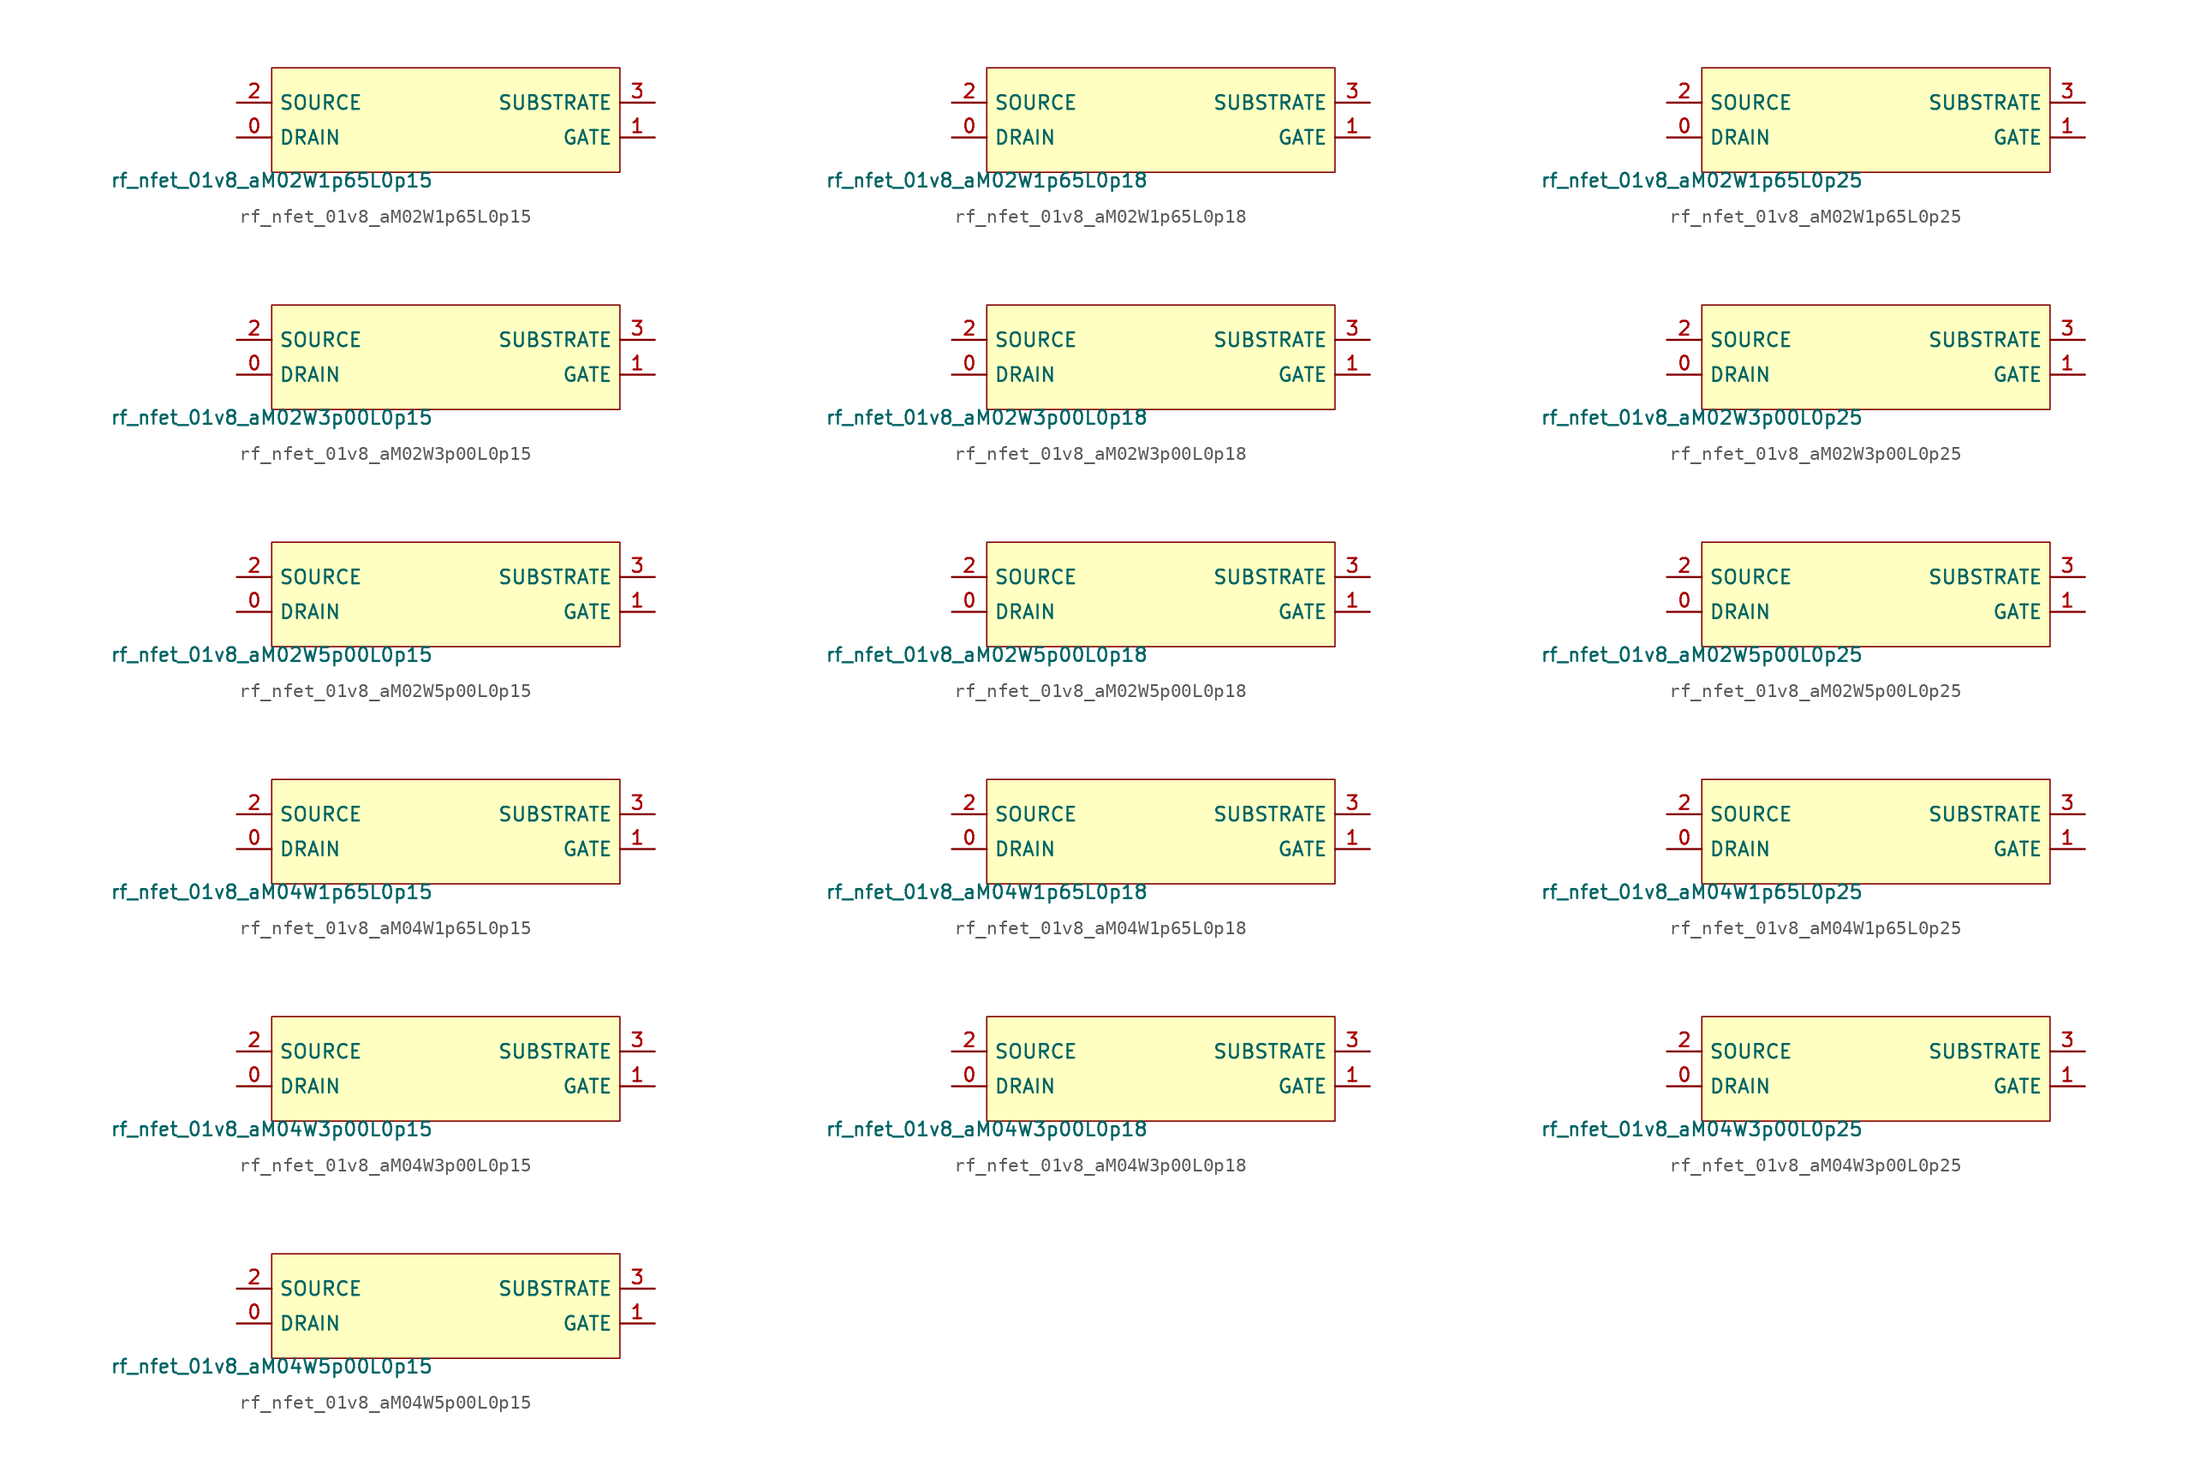
<source format=kicad_sym>
(kicad_symbol_lib
  (version 20211014)
  (generator pdk2kicad)
  (symbol "rf_nfet_01v8_aM02W1p65L0p15"
    (property "Reference" "X"
      (at 0 0 0)
      (effects (font (size 1 1)) hide))
    (property "Value" "rf_nfet_01v8_aM02W1p65L0p15"
      (at -12.7 -3.81 0)
      (effects (font (size 1 1)) (justify top)))
    (rectangle
      (start -12.7 -3.81)
      (end 12.7 3.81)
      (stroke (width 0.1) (type solid) (color 0 0 0 0))
      (fill (type background)))
    (pin bidirectional line
      (at -15.24 -1.27 0)
      (length 2.54)
      (name "DRAIN" (effects (font (size 1 1)) hide))
      (number "0" (effects (font (size 1 1)) hide)))
    (pin bidirectional line
      (at 15.24 -1.27 180)
      (length 2.54)
      (name "GATE" (effects (font (size 1 1)) hide))
      (number "1" (effects (font (size 1 1)) hide)))
    (pin bidirectional line
      (at -15.24 1.27 0)
      (length 2.54)
      (name "SOURCE" (effects (font (size 1 1)) hide))
      (number "2" (effects (font (size 1 1)) hide)))
    (pin bidirectional line
      (at 15.24 1.27 180)
      (length 2.54)
      (name "SUBSTRATE" (effects (font (size 1 1)) hide))
      (number "3" (effects (font (size 1 1)) hide))))
  (symbol "rf_nfet_01v8_aM02W1p65L0p18"
    (property "Reference" "X"
      (at 0 0 0)
      (effects (font (size 1 1)) hide))
    (property "Value" "rf_nfet_01v8_aM02W1p65L0p18"
      (at -12.7 -3.81 0)
      (effects (font (size 1 1)) (justify top)))
    (rectangle
      (start -12.7 -3.81)
      (end 12.7 3.81)
      (stroke (width 0.1) (type solid) (color 0 0 0 0))
      (fill (type background)))
    (pin bidirectional line
      (at -15.24 -1.27 0)
      (length 2.54)
      (name "DRAIN" (effects (font (size 1 1)) hide))
      (number "0" (effects (font (size 1 1)) hide)))
    (pin bidirectional line
      (at 15.24 -1.27 180)
      (length 2.54)
      (name "GATE" (effects (font (size 1 1)) hide))
      (number "1" (effects (font (size 1 1)) hide)))
    (pin bidirectional line
      (at -15.24 1.27 0)
      (length 2.54)
      (name "SOURCE" (effects (font (size 1 1)) hide))
      (number "2" (effects (font (size 1 1)) hide)))
    (pin bidirectional line
      (at 15.24 1.27 180)
      (length 2.54)
      (name "SUBSTRATE" (effects (font (size 1 1)) hide))
      (number "3" (effects (font (size 1 1)) hide))))
  (symbol "rf_nfet_01v8_aM02W1p65L0p25"
    (property "Reference" "X"
      (at 0 0 0)
      (effects (font (size 1 1)) hide))
    (property "Value" "rf_nfet_01v8_aM02W1p65L0p25"
      (at -12.7 -3.81 0)
      (effects (font (size 1 1)) (justify top)))
    (rectangle
      (start -12.7 -3.81)
      (end 12.7 3.81)
      (stroke (width 0.1) (type solid) (color 0 0 0 0))
      (fill (type background)))
    (pin bidirectional line
      (at -15.24 -1.27 0)
      (length 2.54)
      (name "DRAIN" (effects (font (size 1 1)) hide))
      (number "0" (effects (font (size 1 1)) hide)))
    (pin bidirectional line
      (at 15.24 -1.27 180)
      (length 2.54)
      (name "GATE" (effects (font (size 1 1)) hide))
      (number "1" (effects (font (size 1 1)) hide)))
    (pin bidirectional line
      (at -15.24 1.27 0)
      (length 2.54)
      (name "SOURCE" (effects (font (size 1 1)) hide))
      (number "2" (effects (font (size 1 1)) hide)))
    (pin bidirectional line
      (at 15.24 1.27 180)
      (length 2.54)
      (name "SUBSTRATE" (effects (font (size 1 1)) hide))
      (number "3" (effects (font (size 1 1)) hide))))
  (symbol "rf_nfet_01v8_aM02W3p00L0p15"
    (property "Reference" "X"
      (at 0 0 0)
      (effects (font (size 1 1)) hide))
    (property "Value" "rf_nfet_01v8_aM02W3p00L0p15"
      (at -12.7 -3.81 0)
      (effects (font (size 1 1)) (justify top)))
    (rectangle
      (start -12.7 -3.81)
      (end 12.7 3.81)
      (stroke (width 0.1) (type solid) (color 0 0 0 0))
      (fill (type background)))
    (pin bidirectional line
      (at -15.24 -1.27 0)
      (length 2.54)
      (name "DRAIN" (effects (font (size 1 1)) hide))
      (number "0" (effects (font (size 1 1)) hide)))
    (pin bidirectional line
      (at 15.24 -1.27 180)
      (length 2.54)
      (name "GATE" (effects (font (size 1 1)) hide))
      (number "1" (effects (font (size 1 1)) hide)))
    (pin bidirectional line
      (at -15.24 1.27 0)
      (length 2.54)
      (name "SOURCE" (effects (font (size 1 1)) hide))
      (number "2" (effects (font (size 1 1)) hide)))
    (pin bidirectional line
      (at 15.24 1.27 180)
      (length 2.54)
      (name "SUBSTRATE" (effects (font (size 1 1)) hide))
      (number "3" (effects (font (size 1 1)) hide))))
  (symbol "rf_nfet_01v8_aM02W3p00L0p18"
    (property "Reference" "X"
      (at 0 0 0)
      (effects (font (size 1 1)) hide))
    (property "Value" "rf_nfet_01v8_aM02W3p00L0p18"
      (at -12.7 -3.81 0)
      (effects (font (size 1 1)) (justify top)))
    (rectangle
      (start -12.7 -3.81)
      (end 12.7 3.81)
      (stroke (width 0.1) (type solid) (color 0 0 0 0))
      (fill (type background)))
    (pin bidirectional line
      (at -15.24 -1.27 0)
      (length 2.54)
      (name "DRAIN" (effects (font (size 1 1)) hide))
      (number "0" (effects (font (size 1 1)) hide)))
    (pin bidirectional line
      (at 15.24 -1.27 180)
      (length 2.54)
      (name "GATE" (effects (font (size 1 1)) hide))
      (number "1" (effects (font (size 1 1)) hide)))
    (pin bidirectional line
      (at -15.24 1.27 0)
      (length 2.54)
      (name "SOURCE" (effects (font (size 1 1)) hide))
      (number "2" (effects (font (size 1 1)) hide)))
    (pin bidirectional line
      (at 15.24 1.27 180)
      (length 2.54)
      (name "SUBSTRATE" (effects (font (size 1 1)) hide))
      (number "3" (effects (font (size 1 1)) hide))))
  (symbol "rf_nfet_01v8_aM02W3p00L0p25"
    (property "Reference" "X"
      (at 0 0 0)
      (effects (font (size 1 1)) hide))
    (property "Value" "rf_nfet_01v8_aM02W3p00L0p25"
      (at -12.7 -3.81 0)
      (effects (font (size 1 1)) (justify top)))
    (rectangle
      (start -12.7 -3.81)
      (end 12.7 3.81)
      (stroke (width 0.1) (type solid) (color 0 0 0 0))
      (fill (type background)))
    (pin bidirectional line
      (at -15.24 -1.27 0)
      (length 2.54)
      (name "DRAIN" (effects (font (size 1 1)) hide))
      (number "0" (effects (font (size 1 1)) hide)))
    (pin bidirectional line
      (at 15.24 -1.27 180)
      (length 2.54)
      (name "GATE" (effects (font (size 1 1)) hide))
      (number "1" (effects (font (size 1 1)) hide)))
    (pin bidirectional line
      (at -15.24 1.27 0)
      (length 2.54)
      (name "SOURCE" (effects (font (size 1 1)) hide))
      (number "2" (effects (font (size 1 1)) hide)))
    (pin bidirectional line
      (at 15.24 1.27 180)
      (length 2.54)
      (name "SUBSTRATE" (effects (font (size 1 1)) hide))
      (number "3" (effects (font (size 1 1)) hide))))
  (symbol "rf_nfet_01v8_aM02W5p00L0p15"
    (property "Reference" "X"
      (at 0 0 0)
      (effects (font (size 1 1)) hide))
    (property "Value" "rf_nfet_01v8_aM02W5p00L0p15"
      (at -12.7 -3.81 0)
      (effects (font (size 1 1)) (justify top)))
    (rectangle
      (start -12.7 -3.81)
      (end 12.7 3.81)
      (stroke (width 0.1) (type solid) (color 0 0 0 0))
      (fill (type background)))
    (pin bidirectional line
      (at -15.24 -1.27 0)
      (length 2.54)
      (name "DRAIN" (effects (font (size 1 1)) hide))
      (number "0" (effects (font (size 1 1)) hide)))
    (pin bidirectional line
      (at 15.24 -1.27 180)
      (length 2.54)
      (name "GATE" (effects (font (size 1 1)) hide))
      (number "1" (effects (font (size 1 1)) hide)))
    (pin bidirectional line
      (at -15.24 1.27 0)
      (length 2.54)
      (name "SOURCE" (effects (font (size 1 1)) hide))
      (number "2" (effects (font (size 1 1)) hide)))
    (pin bidirectional line
      (at 15.24 1.27 180)
      (length 2.54)
      (name "SUBSTRATE" (effects (font (size 1 1)) hide))
      (number "3" (effects (font (size 1 1)) hide))))
  (symbol "rf_nfet_01v8_aM02W5p00L0p18"
    (property "Reference" "X"
      (at 0 0 0)
      (effects (font (size 1 1)) hide))
    (property "Value" "rf_nfet_01v8_aM02W5p00L0p18"
      (at -12.7 -3.81 0)
      (effects (font (size 1 1)) (justify top)))
    (rectangle
      (start -12.7 -3.81)
      (end 12.7 3.81)
      (stroke (width 0.1) (type solid) (color 0 0 0 0))
      (fill (type background)))
    (pin bidirectional line
      (at -15.24 -1.27 0)
      (length 2.54)
      (name "DRAIN" (effects (font (size 1 1)) hide))
      (number "0" (effects (font (size 1 1)) hide)))
    (pin bidirectional line
      (at 15.24 -1.27 180)
      (length 2.54)
      (name "GATE" (effects (font (size 1 1)) hide))
      (number "1" (effects (font (size 1 1)) hide)))
    (pin bidirectional line
      (at -15.24 1.27 0)
      (length 2.54)
      (name "SOURCE" (effects (font (size 1 1)) hide))
      (number "2" (effects (font (size 1 1)) hide)))
    (pin bidirectional line
      (at 15.24 1.27 180)
      (length 2.54)
      (name "SUBSTRATE" (effects (font (size 1 1)) hide))
      (number "3" (effects (font (size 1 1)) hide))))
  (symbol "rf_nfet_01v8_aM02W5p00L0p25"
    (property "Reference" "X"
      (at 0 0 0)
      (effects (font (size 1 1)) hide))
    (property "Value" "rf_nfet_01v8_aM02W5p00L0p25"
      (at -12.7 -3.81 0)
      (effects (font (size 1 1)) (justify top)))
    (rectangle
      (start -12.7 -3.81)
      (end 12.7 3.81)
      (stroke (width 0.1) (type solid) (color 0 0 0 0))
      (fill (type background)))
    (pin bidirectional line
      (at -15.24 -1.27 0)
      (length 2.54)
      (name "DRAIN" (effects (font (size 1 1)) hide))
      (number "0" (effects (font (size 1 1)) hide)))
    (pin bidirectional line
      (at 15.24 -1.27 180)
      (length 2.54)
      (name "GATE" (effects (font (size 1 1)) hide))
      (number "1" (effects (font (size 1 1)) hide)))
    (pin bidirectional line
      (at -15.24 1.27 0)
      (length 2.54)
      (name "SOURCE" (effects (font (size 1 1)) hide))
      (number "2" (effects (font (size 1 1)) hide)))
    (pin bidirectional line
      (at 15.24 1.27 180)
      (length 2.54)
      (name "SUBSTRATE" (effects (font (size 1 1)) hide))
      (number "3" (effects (font (size 1 1)) hide))))
  (symbol "rf_nfet_01v8_aM04W1p65L0p15"
    (property "Reference" "X"
      (at 0 0 0)
      (effects (font (size 1 1)) hide))
    (property "Value" "rf_nfet_01v8_aM04W1p65L0p15"
      (at -12.7 -3.81 0)
      (effects (font (size 1 1)) (justify top)))
    (rectangle
      (start -12.7 -3.81)
      (end 12.7 3.81)
      (stroke (width 0.1) (type solid) (color 0 0 0 0))
      (fill (type background)))
    (pin bidirectional line
      (at -15.24 -1.27 0)
      (length 2.54)
      (name "DRAIN" (effects (font (size 1 1)) hide))
      (number "0" (effects (font (size 1 1)) hide)))
    (pin bidirectional line
      (at 15.24 -1.27 180)
      (length 2.54)
      (name "GATE" (effects (font (size 1 1)) hide))
      (number "1" (effects (font (size 1 1)) hide)))
    (pin bidirectional line
      (at -15.24 1.27 0)
      (length 2.54)
      (name "SOURCE" (effects (font (size 1 1)) hide))
      (number "2" (effects (font (size 1 1)) hide)))
    (pin bidirectional line
      (at 15.24 1.27 180)
      (length 2.54)
      (name "SUBSTRATE" (effects (font (size 1 1)) hide))
      (number "3" (effects (font (size 1 1)) hide))))
  (symbol "rf_nfet_01v8_aM04W1p65L0p18"
    (property "Reference" "X"
      (at 0 0 0)
      (effects (font (size 1 1)) hide))
    (property "Value" "rf_nfet_01v8_aM04W1p65L0p18"
      (at -12.7 -3.81 0)
      (effects (font (size 1 1)) (justify top)))
    (rectangle
      (start -12.7 -3.81)
      (end 12.7 3.81)
      (stroke (width 0.1) (type solid) (color 0 0 0 0))
      (fill (type background)))
    (pin bidirectional line
      (at -15.24 -1.27 0)
      (length 2.54)
      (name "DRAIN" (effects (font (size 1 1)) hide))
      (number "0" (effects (font (size 1 1)) hide)))
    (pin bidirectional line
      (at 15.24 -1.27 180)
      (length 2.54)
      (name "GATE" (effects (font (size 1 1)) hide))
      (number "1" (effects (font (size 1 1)) hide)))
    (pin bidirectional line
      (at -15.24 1.27 0)
      (length 2.54)
      (name "SOURCE" (effects (font (size 1 1)) hide))
      (number "2" (effects (font (size 1 1)) hide)))
    (pin bidirectional line
      (at 15.24 1.27 180)
      (length 2.54)
      (name "SUBSTRATE" (effects (font (size 1 1)) hide))
      (number "3" (effects (font (size 1 1)) hide))))
  (symbol "rf_nfet_01v8_aM04W1p65L0p25"
    (property "Reference" "X"
      (at 0 0 0)
      (effects (font (size 1 1)) hide))
    (property "Value" "rf_nfet_01v8_aM04W1p65L0p25"
      (at -12.7 -3.81 0)
      (effects (font (size 1 1)) (justify top)))
    (rectangle
      (start -12.7 -3.81)
      (end 12.7 3.81)
      (stroke (width 0.1) (type solid) (color 0 0 0 0))
      (fill (type background)))
    (pin bidirectional line
      (at -15.24 -1.27 0)
      (length 2.54)
      (name "DRAIN" (effects (font (size 1 1)) hide))
      (number "0" (effects (font (size 1 1)) hide)))
    (pin bidirectional line
      (at 15.24 -1.27 180)
      (length 2.54)
      (name "GATE" (effects (font (size 1 1)) hide))
      (number "1" (effects (font (size 1 1)) hide)))
    (pin bidirectional line
      (at -15.24 1.27 0)
      (length 2.54)
      (name "SOURCE" (effects (font (size 1 1)) hide))
      (number "2" (effects (font (size 1 1)) hide)))
    (pin bidirectional line
      (at 15.24 1.27 180)
      (length 2.54)
      (name "SUBSTRATE" (effects (font (size 1 1)) hide))
      (number "3" (effects (font (size 1 1)) hide))))
  (symbol "rf_nfet_01v8_aM04W3p00L0p15"
    (property "Reference" "X"
      (at 0 0 0)
      (effects (font (size 1 1)) hide))
    (property "Value" "rf_nfet_01v8_aM04W3p00L0p15"
      (at -12.7 -3.81 0)
      (effects (font (size 1 1)) (justify top)))
    (rectangle
      (start -12.7 -3.81)
      (end 12.7 3.81)
      (stroke (width 0.1) (type solid) (color 0 0 0 0))
      (fill (type background)))
    (pin bidirectional line
      (at -15.24 -1.27 0)
      (length 2.54)
      (name "DRAIN" (effects (font (size 1 1)) hide))
      (number "0" (effects (font (size 1 1)) hide)))
    (pin bidirectional line
      (at 15.24 -1.27 180)
      (length 2.54)
      (name "GATE" (effects (font (size 1 1)) hide))
      (number "1" (effects (font (size 1 1)) hide)))
    (pin bidirectional line
      (at -15.24 1.27 0)
      (length 2.54)
      (name "SOURCE" (effects (font (size 1 1)) hide))
      (number "2" (effects (font (size 1 1)) hide)))
    (pin bidirectional line
      (at 15.24 1.27 180)
      (length 2.54)
      (name "SUBSTRATE" (effects (font (size 1 1)) hide))
      (number "3" (effects (font (size 1 1)) hide))))
  (symbol "rf_nfet_01v8_aM04W3p00L0p18"
    (property "Reference" "X"
      (at 0 0 0)
      (effects (font (size 1 1)) hide))
    (property "Value" "rf_nfet_01v8_aM04W3p00L0p18"
      (at -12.7 -3.81 0)
      (effects (font (size 1 1)) (justify top)))
    (rectangle
      (start -12.7 -3.81)
      (end 12.7 3.81)
      (stroke (width 0.1) (type solid) (color 0 0 0 0))
      (fill (type background)))
    (pin bidirectional line
      (at -15.24 -1.27 0)
      (length 2.54)
      (name "DRAIN" (effects (font (size 1 1)) hide))
      (number "0" (effects (font (size 1 1)) hide)))
    (pin bidirectional line
      (at 15.24 -1.27 180)
      (length 2.54)
      (name "GATE" (effects (font (size 1 1)) hide))
      (number "1" (effects (font (size 1 1)) hide)))
    (pin bidirectional line
      (at -15.24 1.27 0)
      (length 2.54)
      (name "SOURCE" (effects (font (size 1 1)) hide))
      (number "2" (effects (font (size 1 1)) hide)))
    (pin bidirectional line
      (at 15.24 1.27 180)
      (length 2.54)
      (name "SUBSTRATE" (effects (font (size 1 1)) hide))
      (number "3" (effects (font (size 1 1)) hide))))
  (symbol "rf_nfet_01v8_aM04W3p00L0p25"
    (property "Reference" "X"
      (at 0 0 0)
      (effects (font (size 1 1)) hide))
    (property "Value" "rf_nfet_01v8_aM04W3p00L0p25"
      (at -12.7 -3.81 0)
      (effects (font (size 1 1)) (justify top)))
    (rectangle
      (start -12.7 -3.81)
      (end 12.7 3.81)
      (stroke (width 0.1) (type solid) (color 0 0 0 0))
      (fill (type background)))
    (pin bidirectional line
      (at -15.24 -1.27 0)
      (length 2.54)
      (name "DRAIN" (effects (font (size 1 1)) hide))
      (number "0" (effects (font (size 1 1)) hide)))
    (pin bidirectional line
      (at 15.24 -1.27 180)
      (length 2.54)
      (name "GATE" (effects (font (size 1 1)) hide))
      (number "1" (effects (font (size 1 1)) hide)))
    (pin bidirectional line
      (at -15.24 1.27 0)
      (length 2.54)
      (name "SOURCE" (effects (font (size 1 1)) hide))
      (number "2" (effects (font (size 1 1)) hide)))
    (pin bidirectional line
      (at 15.24 1.27 180)
      (length 2.54)
      (name "SUBSTRATE" (effects (font (size 1 1)) hide))
      (number "3" (effects (font (size 1 1)) hide))))
  (symbol "rf_nfet_01v8_aM04W5p00L0p15"
    (property "Reference" "X"
      (at 0 0 0)
      (effects (font (size 1 1)) hide))
    (property "Value" "rf_nfet_01v8_aM04W5p00L0p15"
      (at -12.7 -3.81 0)
      (effects (font (size 1 1)) (justify top)))
    (rectangle
      (start -12.7 -3.81)
      (end 12.7 3.81)
      (stroke (width 0.1) (type solid) (color 0 0 0 0))
      (fill (type background)))
    (pin bidirectional line
      (at -15.24 -1.27 0)
      (length 2.54)
      (name "DRAIN" (effects (font (size 1 1)) hide))
      (number "0" (effects (font (size 1 1)) hide)))
    (pin bidirectional line
      (at 15.24 -1.27 180)
      (length 2.54)
      (name "GATE" (effects (font (size 1 1)) hide))
      (number "1" (effects (font (size 1 1)) hide)))
    (pin bidirectional line
      (at -15.24 1.27 0)
      (length 2.54)
      (name "SOURCE" (effects (font (size 1 1)) hide))
      (number "2" (effects (font (size 1 1)) hide)))
    (pin bidirectional line
      (at 15.24 1.27 180)
      (length 2.54)
      (name "SUBSTRATE" (effects (font (size 1 1)) hide))
      (number "3" (effects (font (size 1 1)) hide)))))
</source>
